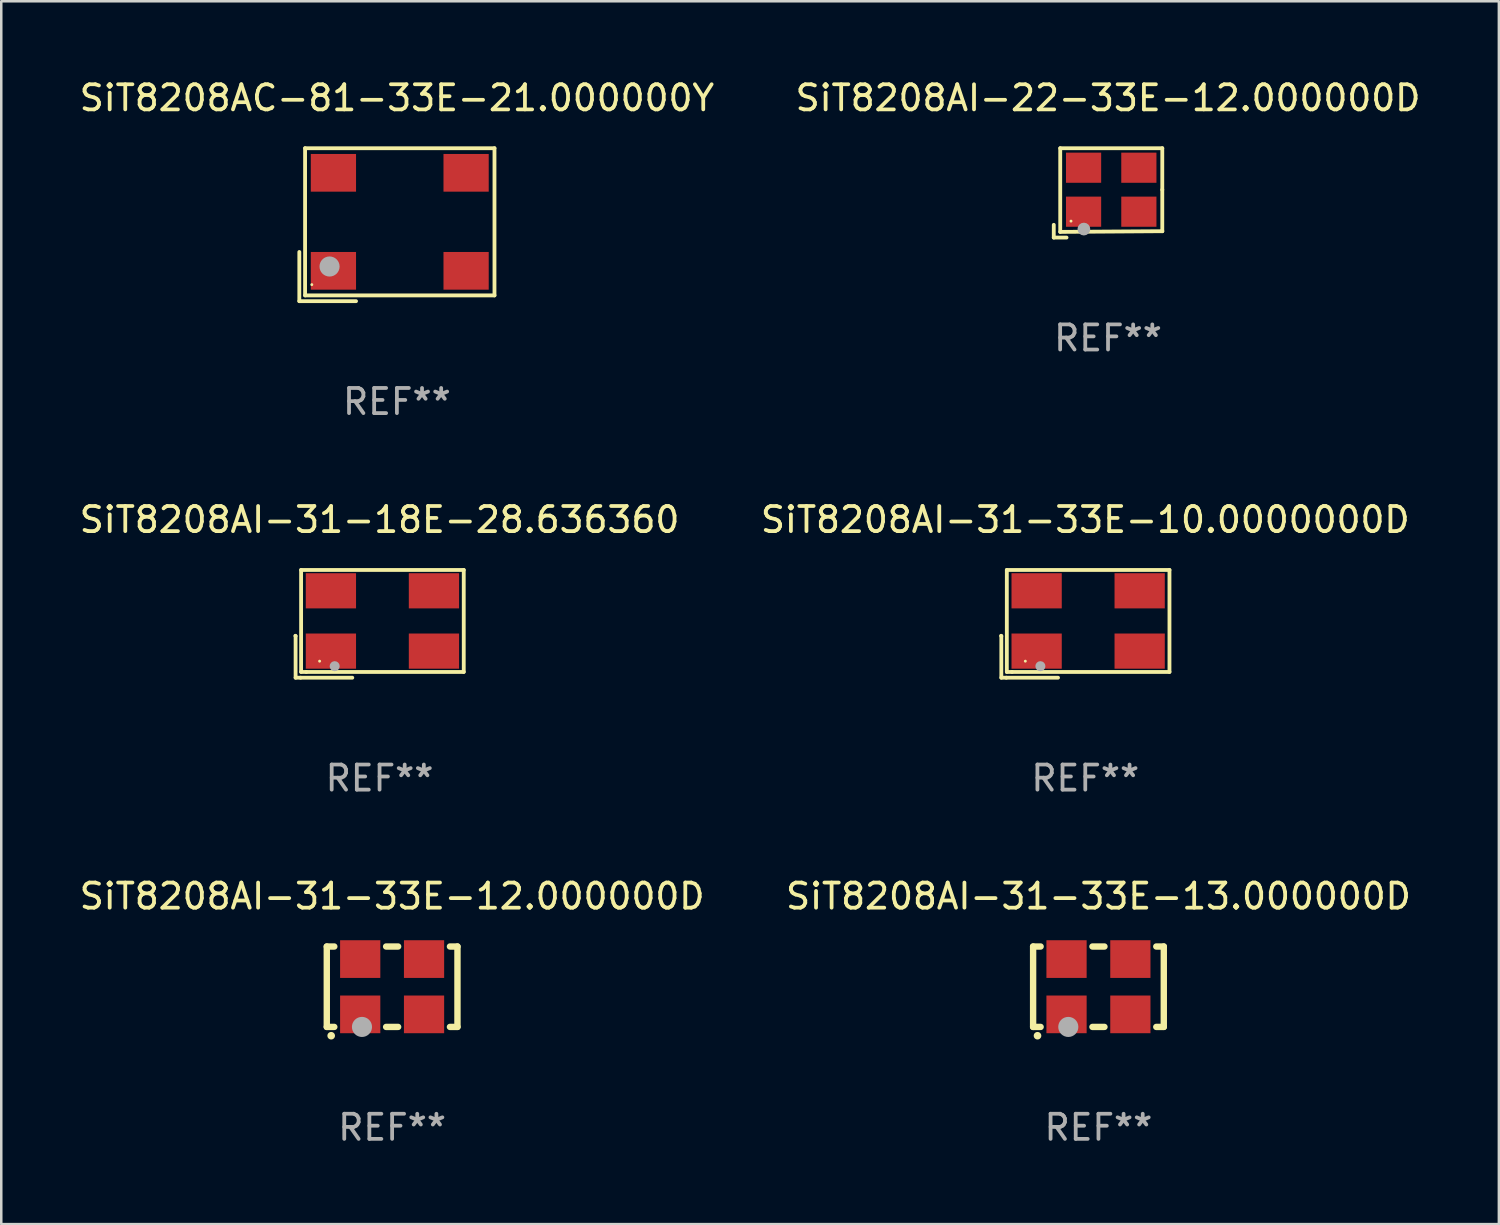
<source format=kicad_pcb>
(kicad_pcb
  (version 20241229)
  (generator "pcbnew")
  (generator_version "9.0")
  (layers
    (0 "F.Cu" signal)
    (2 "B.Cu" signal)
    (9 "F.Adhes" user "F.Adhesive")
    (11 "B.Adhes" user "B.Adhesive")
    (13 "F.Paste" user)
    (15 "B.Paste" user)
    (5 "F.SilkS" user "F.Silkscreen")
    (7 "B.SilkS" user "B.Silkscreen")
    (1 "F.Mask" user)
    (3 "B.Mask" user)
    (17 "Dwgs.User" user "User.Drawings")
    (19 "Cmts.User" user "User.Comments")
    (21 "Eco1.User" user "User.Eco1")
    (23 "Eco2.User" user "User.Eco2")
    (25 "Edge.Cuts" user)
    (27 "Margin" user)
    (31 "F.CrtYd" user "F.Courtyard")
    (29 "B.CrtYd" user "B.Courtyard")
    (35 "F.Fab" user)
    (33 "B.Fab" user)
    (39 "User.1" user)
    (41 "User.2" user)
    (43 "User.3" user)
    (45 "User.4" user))
  (footprint "SiT8208AI-31-33E-12.000000D"
    (layer "F.Cu")
    (at 12.554 36.215)
    (property "Reference" "SiT8208AI-31-33E-12.000000D" (at 0 -3.6 0) (layer "F.SilkS") (effects (font (size 1 1) (thickness 0.15))))
    (attr through_hole)
    (fp_line (start -2.6 -1.6) (end -2.301 -1.6) (stroke (width 0.254) (type solid)) (layer "F.SilkS"))
    (fp_line (start -2.6 1.6) (end -2.6 -1.6) (stroke (width 0.254) (type solid)) (layer "F.SilkS"))
    (fp_line (start -2.301 1.6) (end -2.6 1.6) (stroke (width 0.254) (type solid)) (layer "F.SilkS"))
    (fp_line (start -0.239 -1.6) (end 0.239 -1.6) (stroke (width 0.254) (type solid)) (layer "F.SilkS"))
    (fp_line (start 0.239 1.6) (end -0.239 1.6) (stroke (width 0.254) (type solid)) (layer "F.SilkS"))
    (fp_line (start 2.301 -1.6) (end 2.6 -1.6) (stroke (width 0.254) (type solid)) (layer "F.SilkS"))
    (fp_line (start 2.6 -1.6) (end 2.6 1.6) (stroke (width 0.254) (type solid)) (layer "F.SilkS"))
    (fp_line (start 2.6 1.6) (end 2.301 1.6) (stroke (width 0.254) (type solid)) (layer "F.SilkS"))
    (fp_arc (start -2.426213 1.949987) (mid -2.424943 1.949982) (end -2.423673 1.949987) (stroke (width 0.3) (type solid)) (layer "F.SilkS"))
    (fp_circle (center -2.5 1.6) (end -2.47 1.6) (stroke (width 0.06) (type solid)) (fill no) (layer "F.SilkS"))
    (fp_circle (center -1.2 1.6) (end -1 1.6) (stroke (width 0.4) (type solid)) (fill no) (layer "F.Fab"))
    (fp_text user "REF**" (at 0 5.6 0) (layer "F.Fab") (effects (font (size 1 1) (thickness 0.15))))
    (pad "1" smd rect (at -1.27 1.1) (size 1.6 1.5) (layers "F.Cu" "F.Mask" "F.Paste"))
    (pad "2" smd rect (at 1.27 1.1) (size 1.6 1.5) (layers "F.Cu" "F.Mask" "F.Paste"))
    (pad "3" smd rect (at 1.27 -1.1) (size 1.6 1.5) (layers "F.Cu" "F.Mask" "F.Paste"))
    (pad "4" smd rect (at -1.27 -1.1) (size 1.6 1.5) (layers "F.Cu" "F.Mask" "F.Paste")))
  (footprint "SiT8208AI-22-33E-12.000000D"
    (layer "F.Cu")
    (at 41.042 4.626)
    (property "Reference" "SiT8208AI-22-33E-12.000000D" (at 0 -3.778 0) (layer "F.SilkS") (effects (font (size 1 1) (thickness 0.15))))
    (attr through_hole)
    (fp_line (start -2.159 1.27) (end -2.159 1.778) (stroke (width 0.152) (type solid)) (layer "F.SilkS"))
    (fp_line (start -2.159 1.778) (end -1.651 1.778) (stroke (width 0.152) (type solid)) (layer "F.SilkS"))
    (fp_line (start -1.902 -1.778) (end 2.159 -1.778) (stroke (width 0.152) (type solid)) (layer "F.SilkS"))
    (fp_line (start -1.902 1.552) (end -1.902 -1.778) (stroke (width 0.152) (type solid)) (layer "F.SilkS"))
    (fp_line (start 2.159 -1.778) (end 2.159 -0.127) (stroke (width 0.152) (type solid)) (layer "F.SilkS"))
    (fp_line (start 2.159 -0.127) (end 2.159 1.524) (stroke (width 0.152) (type solid)) (layer "F.SilkS"))
    (fp_line (start 2.159 1.524) (end -1.902 1.552) (stroke (width 0.152) (type solid)) (layer "F.SilkS"))
    (fp_line (start 2.159 1.524) (end 2.159 1.524) (stroke (width 0.152) (type solid)) (layer "F.SilkS"))
    (fp_circle (center -1.473 1.123) (end -1.443 1.123) (stroke (width 0.06) (type solid)) (fill no) (layer "F.SilkS"))
    (fp_circle (center -0.961 1.44) (end -0.834 1.44) (stroke (width 0.254) (type solid)) (fill no) (layer "F.Fab"))
    (fp_text user "REF**" (at 0 5.778 0) (layer "F.Fab") (effects (font (size 1 1) (thickness 0.15))))
    (pad "1" smd rect (at -0.973 0.748) (size 1.4 1.2) (layers "F.Cu" "F.Mask" "F.Paste"))
    (pad "2" smd rect (at 1.227 0.748) (size 1.4 1.2) (layers "F.Cu" "F.Mask" "F.Paste"))
    (pad "3" smd rect (at 1.227 -1.002) (size 1.4 1.2) (layers "F.Cu" "F.Mask" "F.Paste"))
    (pad "4" smd rect (at -0.973 -1.002) (size 1.4 1.2) (layers "F.Cu" "F.Mask" "F.Paste")))
  (footprint "SiT8208AI-31-33E-13.000000D"
    (layer "F.Cu")
    (at 40.661 36.215)
    (property "Reference" "SiT8208AI-31-33E-13.000000D" (at 0 -3.6 0) (layer "F.SilkS") (effects (font (size 1 1) (thickness 0.15))))
    (attr through_hole)
    (fp_line (start -2.6 -1.6) (end -2.301 -1.6) (stroke (width 0.254) (type solid)) (layer "F.SilkS"))
    (fp_line (start -2.6 1.6) (end -2.6 -1.6) (stroke (width 0.254) (type solid)) (layer "F.SilkS"))
    (fp_line (start -2.301 1.6) (end -2.6 1.6) (stroke (width 0.254) (type solid)) (layer "F.SilkS"))
    (fp_line (start -0.239 -1.6) (end 0.239 -1.6) (stroke (width 0.254) (type solid)) (layer "F.SilkS"))
    (fp_line (start 0.239 1.6) (end -0.239 1.6) (stroke (width 0.254) (type solid)) (layer "F.SilkS"))
    (fp_line (start 2.301 -1.6) (end 2.6 -1.6) (stroke (width 0.254) (type solid)) (layer "F.SilkS"))
    (fp_line (start 2.6 -1.6) (end 2.6 1.6) (stroke (width 0.254) (type solid)) (layer "F.SilkS"))
    (fp_line (start 2.6 1.6) (end 2.301 1.6) (stroke (width 0.254) (type solid)) (layer "F.SilkS"))
    (fp_arc (start -2.426213 1.949987) (mid -2.424943 1.949982) (end -2.423673 1.949987) (stroke (width 0.3) (type solid)) (layer "F.SilkS"))
    (fp_circle (center -2.5 1.6) (end -2.47 1.6) (stroke (width 0.06) (type solid)) (fill no) (layer "F.SilkS"))
    (fp_circle (center -1.2 1.6) (end -1 1.6) (stroke (width 0.4) (type solid)) (fill no) (layer "F.Fab"))
    (fp_text user "REF**" (at 0 5.6 0) (layer "F.Fab") (effects (font (size 1 1) (thickness 0.15))))
    (pad "1" smd rect (at -1.27 1.1) (size 1.6 1.5) (layers "F.Cu" "F.Mask" "F.Paste"))
    (pad "2" smd rect (at 1.27 1.1) (size 1.6 1.5) (layers "F.Cu" "F.Mask" "F.Paste"))
    (pad "3" smd rect (at 1.27 -1.1) (size 1.6 1.5) (layers "F.Cu" "F.Mask" "F.Paste"))
    (pad "4" smd rect (at -1.27 -1.1) (size 1.6 1.5) (layers "F.Cu" "F.Mask" "F.Paste")))
  (footprint "SiT8208AC-81-33E-21.000000Y"
    (layer "F.Cu")
    (at 12.744 5.891)
    (property "Reference" "SiT8208AC-81-33E-21.000000Y" (at 0 -5.043 0) (layer "F.SilkS") (effects (font (size 1 1) (thickness 0.15))))
    (attr through_hole)
    (fp_line (start -3.883 1.086) (end -3.883 3.043) (stroke (width 0.152) (type solid)) (layer "F.SilkS"))
    (fp_line (start -3.883 3.043) (end -1.626 3.043) (stroke (width 0.152) (type solid)) (layer "F.SilkS"))
    (fp_line (start -3.654 -3.043) (end 3.883 -3.043) (stroke (width 0.152) (type solid)) (layer "F.SilkS"))
    (fp_line (start -3.654 2.814) (end -3.654 -3.043) (stroke (width 0.152) (type solid)) (layer "F.SilkS"))
    (fp_line (start 3.883 -3.043) (end 3.883 2.814) (stroke (width 0.152) (type solid)) (layer "F.SilkS"))
    (fp_line (start 3.883 2.814) (end -3.654 2.814) (stroke (width 0.152) (type solid)) (layer "F.SilkS"))
    (fp_circle (center -3.386 2.386) (end -3.356 2.386) (stroke (width 0.06) (type solid)) (fill no) (layer "F.SilkS"))
    (fp_circle (center -2.68 1.664) (end -2.48 1.664) (stroke (width 0.4) (type solid)) (fill no) (layer "F.Fab"))
    (fp_text user "REF**" (at 0 7.043 0) (layer "F.Fab") (effects (font (size 1 1) (thickness 0.15))))
    (pad "1" smd rect (at -2.526 1.836) (size 1.8 1.5) (layers "F.Cu" "F.Mask" "F.Paste"))
    (pad "2" smd rect (at 2.754 1.836) (size 1.8 1.5) (layers "F.Cu" "F.Mask" "F.Paste"))
    (pad "3" smd rect (at 2.754 -2.064) (size 1.8 1.5) (layers "F.Cu" "F.Mask" "F.Paste"))
    (pad "4" smd rect (at -2.526 -2.064) (size 1.8 1.5) (layers "F.Cu" "F.Mask" "F.Paste")))
  (footprint "SiT8208AI-31-18E-28.636360"
    (layer "F.Cu")
    (at 12.054 21.774)
    (property "Reference" "SiT8208AI-31-18E-28.636360" (at 0 -4.144 0) (layer "F.SilkS") (effects (font (size 1 1) (thickness 0.15))))
    (attr through_hole)
    (fp_line (start -3.35 0.476) (end -3.341 0.485) (stroke (width 0.152) (type solid)) (layer "F.SilkS"))
    (fp_line (start -3.341 0.485) (end -3.341 2.144) (stroke (width 0.152) (type solid)) (layer "F.SilkS"))
    (fp_line (start -3.341 2.144) (end -3.143 2.144) (stroke (width 0.152) (type solid)) (layer "F.SilkS"))
    (fp_line (start -3.143 2.144) (end -1.085 2.144) (stroke (width 0.152) (type solid)) (layer "F.SilkS"))
    (fp_line (start -3.122 -2.144) (end 3.35 -2.144) (stroke (width 0.152) (type solid)) (layer "F.SilkS"))
    (fp_line (start -3.122 1.915) (end -3.122 -2.144) (stroke (width 0.152) (type solid)) (layer "F.SilkS"))
    (fp_line (start -2.914 1.915) (end -3.122 1.915) (stroke (width 0.152) (type solid)) (layer "F.SilkS"))
    (fp_line (start 3.35 -2.144) (end 3.35 1.915) (stroke (width 0.152) (type solid)) (layer "F.SilkS"))
    (fp_line (start 3.35 1.915) (end -2.914 1.915) (stroke (width 0.152) (type solid)) (layer "F.SilkS"))
    (fp_circle (center -2.386 1.486) (end -2.356 1.486) (stroke (width 0.06) (type solid)) (fill no) (layer "F.SilkS"))
    (fp_circle (center -1.786 1.686) (end -1.686 1.686) (stroke (width 0.2) (type solid)) (fill no) (layer "F.Fab"))
    (fp_text user "REF**" (at 0 6.144 0) (layer "F.Fab") (effects (font (size 1 1) (thickness 0.15))))
    (pad "1" smd rect (at -1.936 1.086) (size 2 1.4) (layers "F.Cu" "F.Mask" "F.Paste"))
    (pad "2" smd rect (at 2.164 1.086) (size 2 1.4) (layers "F.Cu" "F.Mask" "F.Paste"))
    (pad "3" smd rect (at 2.164 -1.314) (size 2 1.4) (layers "F.Cu" "F.Mask" "F.Paste"))
    (pad "4" smd rect (at -1.936 -1.314) (size 2 1.4) (layers "F.Cu" "F.Mask" "F.Paste")))
  (footprint "SiT8208AI-31-33E-10.0000000D"
    (layer "F.Cu")
    (at 40.137 21.774)
    (property "Reference" "SiT8208AI-31-33E-10.0000000D" (at 0 -4.144 0) (layer "F.SilkS") (effects (font (size 1 1) (thickness 0.15))))
    (attr through_hole)
    (fp_line (start -3.35 0.476) (end -3.341 0.485) (stroke (width 0.152) (type solid)) (layer "F.SilkS"))
    (fp_line (start -3.341 0.485) (end -3.341 2.144) (stroke (width 0.152) (type solid)) (layer "F.SilkS"))
    (fp_line (start -3.341 2.144) (end -3.143 2.144) (stroke (width 0.152) (type solid)) (layer "F.SilkS"))
    (fp_line (start -3.143 2.144) (end -1.085 2.144) (stroke (width 0.152) (type solid)) (layer "F.SilkS"))
    (fp_line (start -3.122 -2.144) (end 3.35 -2.144) (stroke (width 0.152) (type solid)) (layer "F.SilkS"))
    (fp_line (start -3.122 1.915) (end -3.122 -2.144) (stroke (width 0.152) (type solid)) (layer "F.SilkS"))
    (fp_line (start -2.914 1.915) (end -3.122 1.915) (stroke (width 0.152) (type solid)) (layer "F.SilkS"))
    (fp_line (start 3.35 -2.144) (end 3.35 1.915) (stroke (width 0.152) (type solid)) (layer "F.SilkS"))
    (fp_line (start 3.35 1.915) (end -2.914 1.915) (stroke (width 0.152) (type solid)) (layer "F.SilkS"))
    (fp_circle (center -2.386 1.486) (end -2.356 1.486) (stroke (width 0.06) (type solid)) (fill no) (layer "F.SilkS"))
    (fp_circle (center -1.786 1.686) (end -1.686 1.686) (stroke (width 0.2) (type solid)) (fill no) (layer "F.Fab"))
    (fp_text user "REF**" (at 0 6.144 0) (layer "F.Fab") (effects (font (size 1 1) (thickness 0.15))))
    (pad "1" smd rect (at -1.936 1.086) (size 2 1.4) (layers "F.Cu" "F.Mask" "F.Paste"))
    (pad "2" smd rect (at 2.164 1.086) (size 2 1.4) (layers "F.Cu" "F.Mask" "F.Paste"))
    (pad "3" smd rect (at 2.164 -1.314) (size 2 1.4) (layers "F.Cu" "F.Mask" "F.Paste"))
    (pad "4" smd rect (at -1.936 -1.314) (size 2 1.4) (layers "F.Cu" "F.Mask" "F.Paste")))
  (gr_rect
    (start -3 -3)
    (end 56.595 45.663)
    (stroke (width 0.1) (type default))
    (fill no)
    (layer "Edge.Cuts")))
</source>
